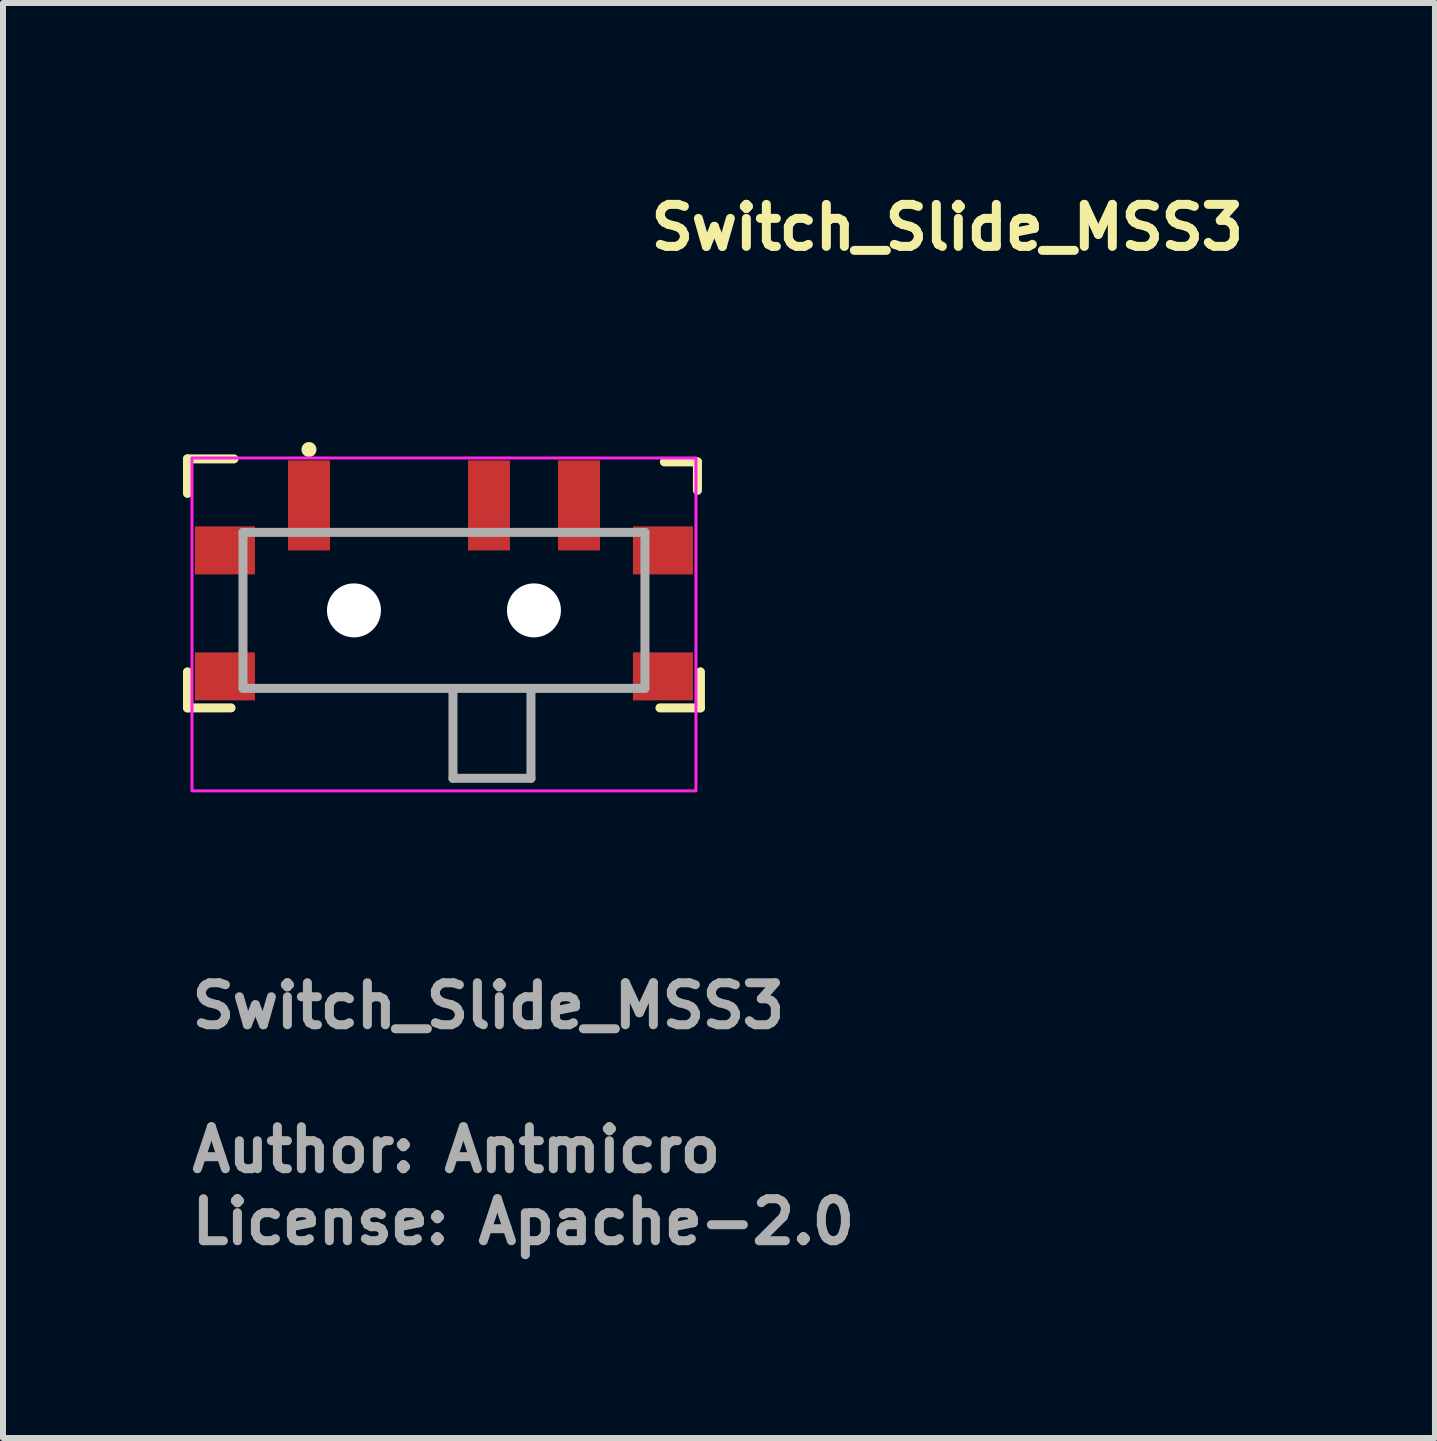
<source format=kicad_pcb>
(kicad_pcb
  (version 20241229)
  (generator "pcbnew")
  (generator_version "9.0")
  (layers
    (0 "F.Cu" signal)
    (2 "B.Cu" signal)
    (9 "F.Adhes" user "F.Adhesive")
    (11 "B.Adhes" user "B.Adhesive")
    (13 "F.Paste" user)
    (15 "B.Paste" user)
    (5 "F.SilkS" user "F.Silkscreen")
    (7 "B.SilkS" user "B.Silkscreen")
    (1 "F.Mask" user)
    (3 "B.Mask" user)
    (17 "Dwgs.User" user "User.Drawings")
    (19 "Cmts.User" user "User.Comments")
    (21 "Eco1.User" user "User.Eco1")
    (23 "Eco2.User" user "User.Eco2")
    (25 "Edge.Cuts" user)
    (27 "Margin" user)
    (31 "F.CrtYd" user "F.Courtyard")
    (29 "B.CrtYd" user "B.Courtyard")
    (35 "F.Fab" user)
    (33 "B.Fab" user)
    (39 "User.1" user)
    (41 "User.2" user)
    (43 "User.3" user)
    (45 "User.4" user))
  (footprint "Switch_Slide_MSS3"
    (layer "F.Cu")
    (at 4.35 7.483)
    (property "Reference" "Switch_Slide_MSS3" (at 3.375 -6.333 0) (layer "F.SilkS") (effects (font (size 0.7 0.7) (thickness 0.15)) (justify left bottom)))
    (attr smd)
    (fp_line (start -4.275 -2.884) (end -4.275 -2.309) (stroke (width 0.15) (type solid)) (layer "F.SilkS"))
    (fp_line (start -4.275 0.665) (end -4.275 1.266) (stroke (width 0.15) (type solid)) (layer "F.SilkS"))
    (fp_line (start -4.275 1.266) (end -3.549 1.266) (stroke (width 0.15) (type solid)) (layer "F.SilkS"))
    (fp_line (start -3.5 -2.884) (end -4.275 -2.884) (stroke (width 0.15) (type solid)) (layer "F.SilkS"))
    (fp_line (start 3.674 -2.834) (end 4.225 -2.834) (stroke (width 0.15) (type solid)) (layer "F.SilkS"))
    (fp_line (start 4.225 -2.834) (end 4.225 -2.359) (stroke (width 0.15) (type solid)) (layer "F.SilkS"))
    (fp_line (start 4.275 0.665) (end 4.275 1.266) (stroke (width 0.15) (type solid)) (layer "F.SilkS"))
    (fp_line (start 4.275 1.266) (end 3.6 1.266) (stroke (width 0.15) (type solid)) (layer "F.SilkS"))
    (fp_circle (center -2.25 -3.04) (end -2.2 -3.04) (stroke (width 0.15) (type solid)) (fill yes) (layer "F.SilkS"))
    (fp_rect (start -4.2 -2.9) (end 4.2 2.65) (stroke (width 0.05) (type solid)) (fill no) (layer "F.CrtYd"))
    (fp_line (start -3.35 -1.659) (end -3.35 0.941) (stroke (width 0.15) (type solid)) (layer "F.Fab"))
    (fp_line (start -3.35 -1.659) (end 3.35 -1.659) (stroke (width 0.15) (type solid)) (layer "F.Fab"))
    (fp_line (start -3.35 0.941) (end 3.35 0.941) (stroke (width 0.15) (type solid)) (layer "F.Fab"))
    (fp_line (start 0.15 0.941) (end 0.15 2.44) (stroke (width 0.15) (type solid)) (layer "F.Fab"))
    (fp_line (start 0.15 2.44) (end 1.45 2.44) (stroke (width 0.15) (type solid)) (layer "F.Fab"))
    (fp_line (start 1.45 0.941) (end 1.45 2.44) (stroke (width 0.15) (type solid)) (layer "F.Fab"))
    (fp_line (start 3.35 -1.659) (end 3.35 0.941) (stroke (width 0.15) (type solid)) (layer "F.Fab"))
    (fp_rect (start -3.85 -2.499) (end 3.85 2.501) (stroke (width 0.1) (type solid)) (fill no) (layer "User.5"))
    (fp_line (start -3.85 -1.549) (end -3.45 -1.549) (stroke (width 0.02) (type solid)) (layer "User.9"))
    (fp_line (start -3.85 -1.149) (end -3.85 -1.549) (stroke (width 0.02) (type solid)) (layer "User.9"))
    (fp_line (start -3.85 0.551) (end -3.45 0.551) (stroke (width 0.02) (type solid)) (layer "User.9"))
    (fp_line (start -3.85 0.951) (end -3.85 0.551) (stroke (width 0.02) (type solid)) (layer "User.9"))
    (fp_line (start -3.45 -1.549) (end -3.35 -1.549) (stroke (width 0.02) (type solid)) (layer "User.9"))
    (fp_line (start -3.45 -1.149) (end -3.85 -1.149) (stroke (width 0.02) (type solid)) (layer "User.9"))
    (fp_line (start -3.45 0.551) (end -3.35 0.551) (stroke (width 0.02) (type solid)) (layer "User.9"))
    (fp_line (start -3.45 0.951) (end -3.85 0.951) (stroke (width 0.02) (type solid)) (layer "User.9"))
    (fp_line (start -3.35 -1.599) (end -3.35 -0.798) (stroke (width 0.02) (type solid)) (layer "User.9"))
    (fp_line (start -3.35 -1.149) (end -3.45 -1.149) (stroke (width 0.02) (type solid)) (layer "User.9"))
    (fp_line (start -3.35 -0.798) (end -3.25 -0.798) (stroke (width 0.02) (type solid)) (layer "User.9"))
    (fp_line (start -3.35 0.201) (end -3.35 -0.798) (stroke (width 0.02) (type solid)) (layer "User.9"))
    (fp_line (start -3.35 0.201) (end -3.35 1.001) (stroke (width 0.02) (type solid)) (layer "User.9"))
    (fp_line (start -3.35 0.951) (end -3.45 0.951) (stroke (width 0.02) (type solid)) (layer "User.9"))
    (fp_line (start -3.35 1.001) (end -3.25 1.001) (stroke (width 0.02) (type solid)) (layer "User.9"))
    (fp_line (start -3.25 -1.599) (end -3.35 -1.599) (stroke (width 0.02) (type solid)) (layer "User.9"))
    (fp_line (start -3.25 -1.599) (end -2.95 -1.599) (stroke (width 0.02) (type solid)) (layer "User.9"))
    (fp_line (start -3.25 -0.798) (end -3.25 -1.599) (stroke (width 0.02) (type solid)) (layer "User.9"))
    (fp_line (start -3.25 -0.798) (end -2.85 -0.798) (stroke (width 0.02) (type solid)) (layer "User.9"))
    (fp_line (start -3.25 0.201) (end -3.35 0.201) (stroke (width 0.02) (type solid)) (layer "User.9"))
    (fp_line (start -3.25 1.001) (end -3.25 0.201) (stroke (width 0.02) (type solid)) (layer "User.9"))
    (fp_line (start -2.95 -1.599) (end -2.95 -0.798) (stroke (width 0.02) (type solid)) (layer "User.9"))
    (fp_line (start -2.95 0.201) (end -2.95 1.001) (stroke (width 0.02) (type solid)) (layer "User.9"))
    (fp_line (start -2.95 1.001) (end -3.25 1.001) (stroke (width 0.02) (type solid)) (layer "User.9"))
    (fp_line (start -2.95 1.001) (end 2.95 1.001) (stroke (width 0.02) (type solid)) (layer "User.9"))
    (fp_line (start -2.85 -1.399) (end 2.85 -1.399) (stroke (width 0.02) (type solid)) (layer "User.9"))
    (fp_line (start -2.85 -0.798) (end -2.85 -1.399) (stroke (width 0.02) (type solid)) (layer "User.9"))
    (fp_line (start -2.85 0.201) (end -3.25 0.201) (stroke (width 0.02) (type solid)) (layer "User.9"))
    (fp_line (start -2.85 0.8) (end -2.85 0.201) (stroke (width 0.02) (type solid)) (layer "User.9"))
    (fp_line (start -2.45 -2.499) (end -2.05 -2.499) (stroke (width 0.02) (type solid)) (layer "User.9"))
    (fp_line (start -2.45 -1.599) (end -2.45 -2.499) (stroke (width 0.02) (type solid)) (layer "User.9"))
    (fp_line (start -2.05 -2.499) (end -2.05 -1.599) (stroke (width 0.02) (type solid)) (layer "User.9"))
    (fp_line (start 0.1 2.4) (end 0.1 1.001) (stroke (width 0.02) (type solid)) (layer "User.9"))
    (fp_line (start 0.1 2.4) (end 0.1 2.406) (stroke (width 0.02) (type solid)) (layer "User.9"))
    (fp_line (start 0.1 2.406) (end 0.1 2.411) (stroke (width 0.02) (type solid)) (layer "User.9"))
    (fp_line (start 0.1 2.411) (end 0.101 2.416) (stroke (width 0.02) (type solid)) (layer "User.9"))
    (fp_line (start 0.101 2.416) (end 0.102 2.421) (stroke (width 0.02) (type solid)) (layer "User.9"))
    (fp_line (start 0.102 2.421) (end 0.103 2.425) (stroke (width 0.02) (type solid)) (layer "User.9"))
    (fp_line (start 0.103 2.425) (end 0.104 2.43) (stroke (width 0.02) (type solid)) (layer "User.9"))
    (fp_line (start 0.104 2.43) (end 0.106 2.435) (stroke (width 0.02) (type solid)) (layer "User.9"))
    (fp_line (start 0.106 2.435) (end 0.107 2.439) (stroke (width 0.02) (type solid)) (layer "User.9"))
    (fp_line (start 0.107 2.439) (end 0.109 2.444) (stroke (width 0.02) (type solid)) (layer "User.9"))
    (fp_line (start 0.109 2.444) (end 0.112 2.448) (stroke (width 0.02) (type solid)) (layer "User.9"))
    (fp_line (start 0.112 2.448) (end 0.114 2.452) (stroke (width 0.02) (type solid)) (layer "User.9"))
    (fp_line (start 0.114 2.452) (end 0.117 2.456) (stroke (width 0.02) (type solid)) (layer "User.9"))
    (fp_line (start 0.117 2.456) (end 0.119 2.46) (stroke (width 0.02) (type solid)) (layer "User.9"))
    (fp_line (start 0.119 2.46) (end 0.122 2.464) (stroke (width 0.02) (type solid)) (layer "User.9"))
    (fp_line (start 0.122 2.464) (end 0.125 2.468) (stroke (width 0.02) (type solid)) (layer "User.9"))
    (fp_line (start 0.125 2.468) (end 0.129 2.471) (stroke (width 0.02) (type solid)) (layer "User.9"))
    (fp_line (start 0.129 2.471) (end 0.132 2.475) (stroke (width 0.02) (type solid)) (layer "User.9"))
    (fp_line (start 0.132 2.475) (end 0.136 2.478) (stroke (width 0.02) (type solid)) (layer "User.9"))
    (fp_line (start 0.136 2.478) (end 0.14 2.481) (stroke (width 0.02) (type solid)) (layer "User.9"))
    (fp_line (start 0.14 2.481) (end 0.144 2.483) (stroke (width 0.02) (type solid)) (layer "User.9"))
    (fp_line (start 0.144 2.483) (end 0.148 2.486) (stroke (width 0.02) (type solid)) (layer "User.9"))
    (fp_line (start 0.148 2.486) (end 0.152 2.488) (stroke (width 0.02) (type solid)) (layer "User.9"))
    (fp_line (start 0.152 2.488) (end 0.156 2.491) (stroke (width 0.02) (type solid)) (layer "User.9"))
    (fp_line (start 0.156 2.491) (end 0.161 2.493) (stroke (width 0.02) (type solid)) (layer "User.9"))
    (fp_line (start 0.161 2.493) (end 0.165 2.494) (stroke (width 0.02) (type solid)) (layer "User.9"))
    (fp_line (start 0.165 2.494) (end 0.17 2.496) (stroke (width 0.02) (type solid)) (layer "User.9"))
    (fp_line (start 0.17 2.496) (end 0.175 2.497) (stroke (width 0.02) (type solid)) (layer "User.9"))
    (fp_line (start 0.175 2.497) (end 0.179 2.498) (stroke (width 0.02) (type solid)) (layer "User.9"))
    (fp_line (start 0.179 2.498) (end 0.184 2.499) (stroke (width 0.02) (type solid)) (layer "User.9"))
    (fp_line (start 0.184 2.499) (end 0.189 2.5) (stroke (width 0.02) (type solid)) (layer "User.9"))
    (fp_line (start 0.189 2.5) (end 0.194 2.5) (stroke (width 0.02) (type solid)) (layer "User.9"))
    (fp_line (start 0.194 2.5) (end 0.2 2.501) (stroke (width 0.02) (type solid)) (layer "User.9"))
    (fp_line (start 0.55 -2.499) (end 0.949 -2.499) (stroke (width 0.02) (type solid)) (layer "User.9"))
    (fp_line (start 0.55 -1.599) (end 0.55 -2.499) (stroke (width 0.02) (type solid)) (layer "User.9"))
    (fp_line (start 0.949 -2.499) (end 0.949 -1.599) (stroke (width 0.02) (type solid)) (layer "User.9"))
    (fp_line (start 1.3 2.501) (end 0.2 2.501) (stroke (width 0.02) (type solid)) (layer "User.9"))
    (fp_line (start 1.3 2.501) (end 1.305 2.5) (stroke (width 0.02) (type solid)) (layer "User.9"))
    (fp_line (start 1.305 2.5) (end 1.31 2.5) (stroke (width 0.02) (type solid)) (layer "User.9"))
    (fp_line (start 1.31 2.5) (end 1.315 2.499) (stroke (width 0.02) (type solid)) (layer "User.9"))
    (fp_line (start 1.315 2.499) (end 1.32 2.498) (stroke (width 0.02) (type solid)) (layer "User.9"))
    (fp_line (start 1.32 2.498) (end 1.324 2.497) (stroke (width 0.02) (type solid)) (layer "User.9"))
    (fp_line (start 1.324 2.497) (end 1.329 2.496) (stroke (width 0.02) (type solid)) (layer "User.9"))
    (fp_line (start 1.329 2.496) (end 1.334 2.494) (stroke (width 0.02) (type solid)) (layer "User.9"))
    (fp_line (start 1.334 2.494) (end 1.338 2.493) (stroke (width 0.02) (type solid)) (layer "User.9"))
    (fp_line (start 1.338 2.493) (end 1.343 2.491) (stroke (width 0.02) (type solid)) (layer "User.9"))
    (fp_line (start 1.343 2.491) (end 1.347 2.488) (stroke (width 0.02) (type solid)) (layer "User.9"))
    (fp_line (start 1.347 2.488) (end 1.351 2.486) (stroke (width 0.02) (type solid)) (layer "User.9"))
    (fp_line (start 1.351 2.486) (end 1.355 2.483) (stroke (width 0.02) (type solid)) (layer "User.9"))
    (fp_line (start 1.355 2.483) (end 1.359 2.481) (stroke (width 0.02) (type solid)) (layer "User.9"))
    (fp_line (start 1.359 2.481) (end 1.363 2.478) (stroke (width 0.02) (type solid)) (layer "User.9"))
    (fp_line (start 1.363 2.478) (end 1.367 2.475) (stroke (width 0.02) (type solid)) (layer "User.9"))
    (fp_line (start 1.367 2.475) (end 1.37 2.471) (stroke (width 0.02) (type solid)) (layer "User.9"))
    (fp_line (start 1.37 2.471) (end 1.374 2.468) (stroke (width 0.02) (type solid)) (layer "User.9"))
    (fp_line (start 1.374 2.468) (end 1.377 2.464) (stroke (width 0.02) (type solid)) (layer "User.9"))
    (fp_line (start 1.377 2.464) (end 1.38 2.46) (stroke (width 0.02) (type solid)) (layer "User.9"))
    (fp_line (start 1.38 2.46) (end 1.382 2.456) (stroke (width 0.02) (type solid)) (layer "User.9"))
    (fp_line (start 1.382 2.456) (end 1.385 2.452) (stroke (width 0.02) (type solid)) (layer "User.9"))
    (fp_line (start 1.385 2.452) (end 1.387 2.448) (stroke (width 0.02) (type solid)) (layer "User.9"))
    (fp_line (start 1.387 2.448) (end 1.39 2.444) (stroke (width 0.02) (type solid)) (layer "User.9"))
    (fp_line (start 1.39 2.444) (end 1.392 2.439) (stroke (width 0.02) (type solid)) (layer "User.9"))
    (fp_line (start 1.392 2.439) (end 1.393 2.435) (stroke (width 0.02) (type solid)) (layer "User.9"))
    (fp_line (start 1.393 2.435) (end 1.395 2.43) (stroke (width 0.02) (type solid)) (layer "User.9"))
    (fp_line (start 1.395 2.43) (end 1.396 2.425) (stroke (width 0.02) (type solid)) (layer "User.9"))
    (fp_line (start 1.396 2.425) (end 1.397 2.421) (stroke (width 0.02) (type solid)) (layer "User.9"))
    (fp_line (start 1.397 2.421) (end 1.398 2.416) (stroke (width 0.02) (type solid)) (layer "User.9"))
    (fp_line (start 1.398 2.416) (end 1.399 2.411) (stroke (width 0.02) (type solid)) (layer "User.9"))
    (fp_line (start 1.399 2.4) (end 1.399 1.001) (stroke (width 0.02) (type solid)) (layer "User.9"))
    (fp_line (start 1.399 2.406) (end 1.399 2.4) (stroke (width 0.02) (type solid)) (layer "User.9"))
    (fp_line (start 1.399 2.411) (end 1.399 2.406) (stroke (width 0.02) (type solid)) (layer "User.9"))
    (fp_line (start 2.05 -2.499) (end 2.45 -2.499) (stroke (width 0.02) (type solid)) (layer "User.9"))
    (fp_line (start 2.05 -1.599) (end 2.05 -2.499) (stroke (width 0.02) (type solid)) (layer "User.9"))
    (fp_line (start 2.45 -2.499) (end 2.45 -1.599) (stroke (width 0.02) (type solid)) (layer "User.9"))
    (fp_line (start 2.85 -1.399) (end 2.85 -0.798) (stroke (width 0.02) (type solid)) (layer "User.9"))
    (fp_line (start 2.85 -0.798) (end 3.25 -0.798) (stroke (width 0.02) (type solid)) (layer "User.9"))
    (fp_line (start 2.85 0.201) (end 2.85 0.8) (stroke (width 0.02) (type solid)) (layer "User.9"))
    (fp_line (start 2.85 0.8) (end -2.85 0.8) (stroke (width 0.02) (type solid)) (layer "User.9"))
    (fp_line (start 2.95 -1.599) (end -2.95 -1.599) (stroke (width 0.02) (type solid)) (layer "User.9"))
    (fp_line (start 2.95 -1.599) (end 3.25 -1.599) (stroke (width 0.02) (type solid)) (layer "User.9"))
    (fp_line (start 2.95 -0.798) (end 2.95 -1.599) (stroke (width 0.02) (type solid)) (layer "User.9"))
    (fp_line (start 2.95 1.001) (end 2.95 0.201) (stroke (width 0.02) (type solid)) (layer "User.9"))
    (fp_line (start 3.25 -1.599) (end 3.25 -0.798) (stroke (width 0.02) (type solid)) (layer "User.9"))
    (fp_line (start 3.25 -0.798) (end 3.35 -0.798) (stroke (width 0.02) (type solid)) (layer "User.9"))
    (fp_line (start 3.25 0.201) (end 2.85 0.201) (stroke (width 0.02) (type solid)) (layer "User.9"))
    (fp_line (start 3.25 0.201) (end 3.25 1.001) (stroke (width 0.02) (type solid)) (layer "User.9"))
    (fp_line (start 3.25 1.001) (end 2.95 1.001) (stroke (width 0.02) (type solid)) (layer "User.9"))
    (fp_line (start 3.25 1.001) (end 3.35 1.001) (stroke (width 0.02) (type solid)) (layer "User.9"))
    (fp_line (start 3.35 -1.599) (end 3.25 -1.599) (stroke (width 0.02) (type solid)) (layer "User.9"))
    (fp_line (start 3.35 -1.549) (end 3.45 -1.549) (stroke (width 0.02) (type solid)) (layer "User.9"))
    (fp_line (start 3.35 -0.798) (end 3.35 -1.599) (stroke (width 0.02) (type solid)) (layer "User.9"))
    (fp_line (start 3.35 -0.798) (end 3.35 0.201) (stroke (width 0.02) (type solid)) (layer "User.9"))
    (fp_line (start 3.35 0.201) (end 3.25 0.201) (stroke (width 0.02) (type solid)) (layer "User.9"))
    (fp_line (start 3.35 0.551) (end 3.45 0.551) (stroke (width 0.02) (type solid)) (layer "User.9"))
    (fp_line (start 3.35 1.001) (end 3.35 0.201) (stroke (width 0.02) (type solid)) (layer "User.9"))
    (fp_line (start 3.45 -1.549) (end 3.85 -1.549) (stroke (width 0.02) (type solid)) (layer "User.9"))
    (fp_line (start 3.45 -1.149) (end 3.35 -1.149) (stroke (width 0.02) (type solid)) (layer "User.9"))
    (fp_line (start 3.45 0.551) (end 3.85 0.551) (stroke (width 0.02) (type solid)) (layer "User.9"))
    (fp_line (start 3.45 0.951) (end 3.35 0.951) (stroke (width 0.02) (type solid)) (layer "User.9"))
    (fp_line (start 3.85 -1.549) (end 3.85 -1.149) (stroke (width 0.02) (type solid)) (layer "User.9"))
    (fp_line (start 3.85 -1.149) (end 3.45 -1.149) (stroke (width 0.02) (type solid)) (layer "User.9"))
    (fp_line (start 3.85 0.551) (end 3.85 0.951) (stroke (width 0.02) (type solid)) (layer "User.9"))
    (fp_line (start 3.85 0.951) (end 3.45 0.951) (stroke (width 0.02) (type solid)) (layer "User.9"))
    (fp_text user "Author: Antmicro" (at -4.275 9.041 0) (layer "F.Fab") (effects (font (size 0.7 0.7) (thickness 0.15)) (justify left bottom)))
    (fp_text user "License: Apache-2.0" (at -4.275 10.241 0) (layer "F.Fab") (effects (font (size 0.7 0.7) (thickness 0.15)) (justify left bottom)))
    (fp_text user "${REFERENCE}" (at -4.275 6.641 0) (layer "F.Fab") (effects (font (size 0.7 0.7) (thickness 0.15)) (justify left bottom)))
    (pad "" np_thru_hole circle (at -1.5 -0.359) (size 0.9 0.9) (drill 0.9) (layers "*.Cu" "*.Mask"))
    (pad "" np_thru_hole circle (at 1.5 -0.359) (size 0.9 0.9) (drill 0.9) (layers "*.Cu" "*.Mask"))
    (pad "1" smd rect (at -2.25 -2.109) (size 0.7 1.5) (layers "F.Cu" "F.Mask" "F.Paste"))
    (pad "2" smd rect (at 0.75 -2.109) (size 0.7 1.5) (layers "F.Cu" "F.Mask" "F.Paste"))
    (pad "3" smd rect (at 2.25 -2.109) (size 0.7 1.5) (layers "F.Cu" "F.Mask" "F.Paste"))
    (pad "S1" smd rect (at -3.65 -1.359) (size 1 0.8) (layers "F.Cu" "F.Mask" "F.Paste"))
    (pad "S2" smd rect (at -3.65 0.741) (size 1 0.8) (layers "F.Cu" "F.Mask" "F.Paste"))
    (pad "S3" smd rect (at 3.65 0.741) (size 1 0.8) (layers "F.Cu" "F.Mask" "F.Paste"))
    (pad "S4" smd rect (at 3.65 -1.359) (size 1 0.8) (layers "F.Cu" "F.Mask" "F.Paste")))
  (gr_rect
    (start -3 -3)
    (end 20.868 20.919)
    (stroke (width 0.1) (type default))
    (fill no)
    (layer "Edge.Cuts")))
</source>
